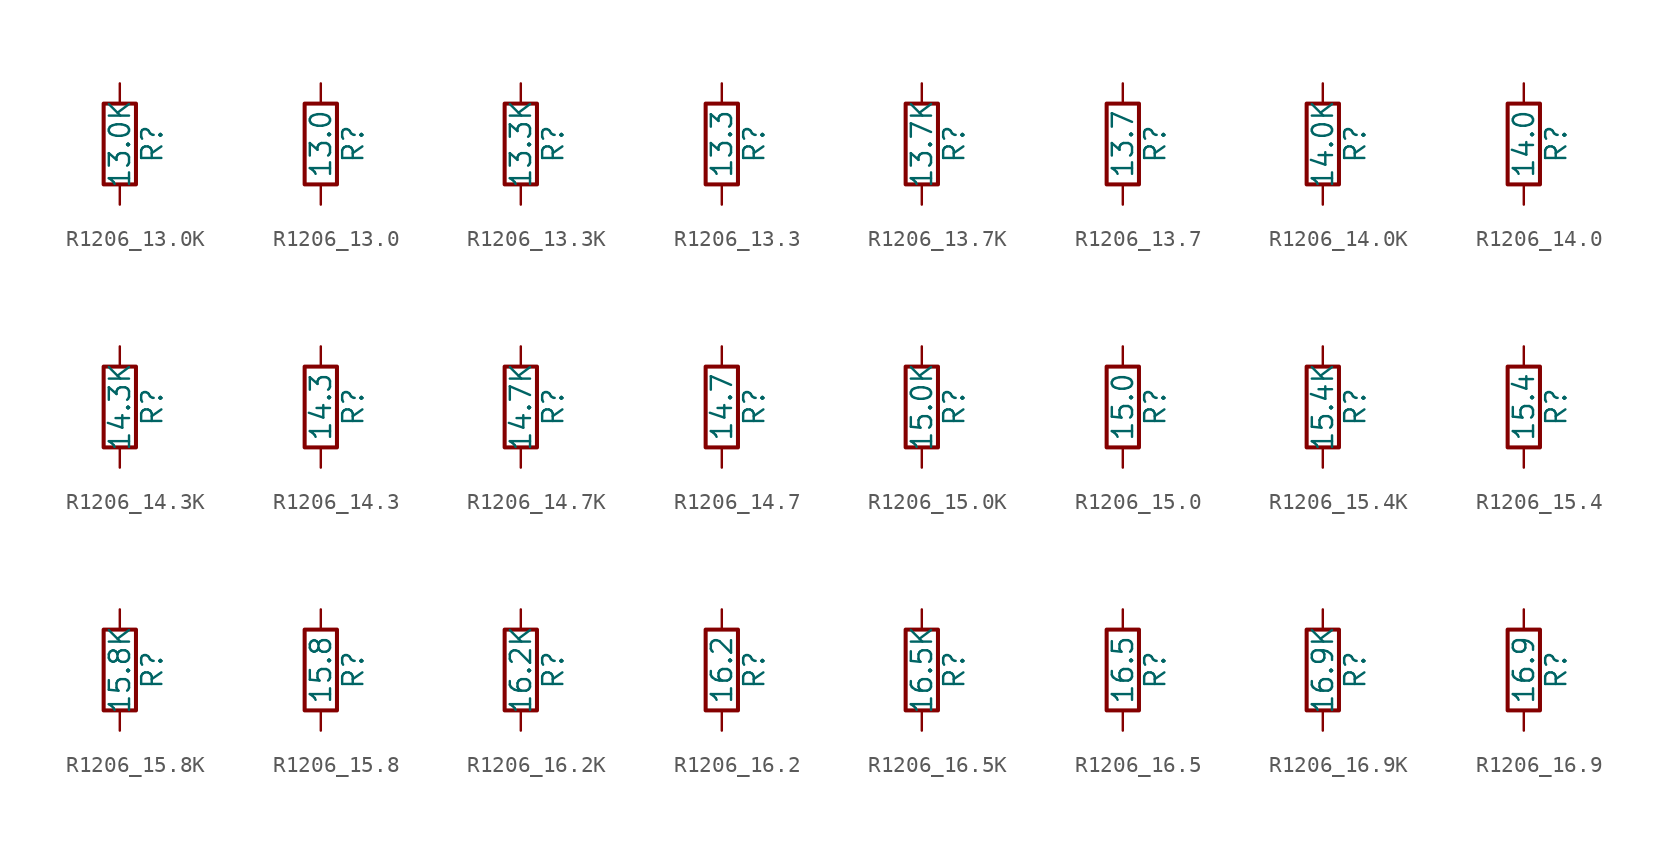
<source format=kicad_sym>
(kicad_symbol_lib
  (version 20211014)
  (generator atlantix-eda)
  (symbol "R1206_13.0K"
    (pin_numbers hide)
    (pin_names
      (offset 0))
    (property "Reference" "R"
      (at 2.032 0 90)
      (effects (font (size 1.27 1.27))))
    (property "Value" "13.0K"
      (at 0 0 90)
      (effects (font (size 1.27 1.27))))
    (symbol "R1206_13.0K_0_1"
      (rectangle (start -1.016 -2.54) (end 1.016 2.54) (stroke (width 0.254) (type default) (color 0 0 0 0)) (fill (type none))))
    (symbol "R1206_13.0K_1_1"
      (pin passive line (at 0 3.81 270) (length 1.27) (name "~" (effects (font (size 1.27 1.27)))) (number "1" (effects (font (size 1.27 1.27)))))
      (pin passive line (at 0 -3.81 90) (length 1.27) (name "~" (effects (font (size 1.27 1.27)))) (number "2" (effects (font (size 1.27 1.27)))))))
  (symbol "R1206_13.0"
    (pin_numbers hide)
    (pin_names
      (offset 0))
    (property "Reference" "R"
      (at 2.032 0 90)
      (effects (font (size 1.27 1.27))))
    (property "Value" "13.0"
      (at 0 0 90)
      (effects (font (size 1.27 1.27))))
    (symbol "R1206_13.0_0_1"
      (rectangle (start -1.016 -2.54) (end 1.016 2.54) (stroke (width 0.254) (type default) (color 0 0 0 0)) (fill (type none))))
    (symbol "R1206_13.0_1_1"
      (pin passive line (at 0 3.81 270) (length 1.27) (name "~" (effects (font (size 1.27 1.27)))) (number "1" (effects (font (size 1.27 1.27)))))
      (pin passive line (at 0 -3.81 90) (length 1.27) (name "~" (effects (font (size 1.27 1.27)))) (number "2" (effects (font (size 1.27 1.27)))))))
  (symbol "R1206_13.3K"
    (pin_numbers hide)
    (pin_names
      (offset 0))
    (property "Reference" "R"
      (at 2.032 0 90)
      (effects (font (size 1.27 1.27))))
    (property "Value" "13.3K"
      (at 0 0 90)
      (effects (font (size 1.27 1.27))))
    (symbol "R1206_13.3K_0_1"
      (rectangle (start -1.016 -2.54) (end 1.016 2.54) (stroke (width 0.254) (type default) (color 0 0 0 0)) (fill (type none))))
    (symbol "R1206_13.3K_1_1"
      (pin passive line (at 0 3.81 270) (length 1.27) (name "~" (effects (font (size 1.27 1.27)))) (number "1" (effects (font (size 1.27 1.27)))))
      (pin passive line (at 0 -3.81 90) (length 1.27) (name "~" (effects (font (size 1.27 1.27)))) (number "2" (effects (font (size 1.27 1.27)))))))
  (symbol "R1206_13.3"
    (pin_numbers hide)
    (pin_names
      (offset 0))
    (property "Reference" "R"
      (at 2.032 0 90)
      (effects (font (size 1.27 1.27))))
    (property "Value" "13.3"
      (at 0 0 90)
      (effects (font (size 1.27 1.27))))
    (symbol "R1206_13.3_0_1"
      (rectangle (start -1.016 -2.54) (end 1.016 2.54) (stroke (width 0.254) (type default) (color 0 0 0 0)) (fill (type none))))
    (symbol "R1206_13.3_1_1"
      (pin passive line (at 0 3.81 270) (length 1.27) (name "~" (effects (font (size 1.27 1.27)))) (number "1" (effects (font (size 1.27 1.27)))))
      (pin passive line (at 0 -3.81 90) (length 1.27) (name "~" (effects (font (size 1.27 1.27)))) (number "2" (effects (font (size 1.27 1.27)))))))
  (symbol "R1206_13.7K"
    (pin_numbers hide)
    (pin_names
      (offset 0))
    (property "Reference" "R"
      (at 2.032 0 90)
      (effects (font (size 1.27 1.27))))
    (property "Value" "13.7K"
      (at 0 0 90)
      (effects (font (size 1.27 1.27))))
    (symbol "R1206_13.7K_0_1"
      (rectangle (start -1.016 -2.54) (end 1.016 2.54) (stroke (width 0.254) (type default) (color 0 0 0 0)) (fill (type none))))
    (symbol "R1206_13.7K_1_1"
      (pin passive line (at 0 3.81 270) (length 1.27) (name "~" (effects (font (size 1.27 1.27)))) (number "1" (effects (font (size 1.27 1.27)))))
      (pin passive line (at 0 -3.81 90) (length 1.27) (name "~" (effects (font (size 1.27 1.27)))) (number "2" (effects (font (size 1.27 1.27)))))))
  (symbol "R1206_13.7"
    (pin_numbers hide)
    (pin_names
      (offset 0))
    (property "Reference" "R"
      (at 2.032 0 90)
      (effects (font (size 1.27 1.27))))
    (property "Value" "13.7"
      (at 0 0 90)
      (effects (font (size 1.27 1.27))))
    (symbol "R1206_13.7_0_1"
      (rectangle (start -1.016 -2.54) (end 1.016 2.54) (stroke (width 0.254) (type default) (color 0 0 0 0)) (fill (type none))))
    (symbol "R1206_13.7_1_1"
      (pin passive line (at 0 3.81 270) (length 1.27) (name "~" (effects (font (size 1.27 1.27)))) (number "1" (effects (font (size 1.27 1.27)))))
      (pin passive line (at 0 -3.81 90) (length 1.27) (name "~" (effects (font (size 1.27 1.27)))) (number "2" (effects (font (size 1.27 1.27)))))))
  (symbol "R1206_14.0K"
    (pin_numbers hide)
    (pin_names
      (offset 0))
    (property "Reference" "R"
      (at 2.032 0 90)
      (effects (font (size 1.27 1.27))))
    (property "Value" "14.0K"
      (at 0 0 90)
      (effects (font (size 1.27 1.27))))
    (symbol "R1206_14.0K_0_1"
      (rectangle (start -1.016 -2.54) (end 1.016 2.54) (stroke (width 0.254) (type default) (color 0 0 0 0)) (fill (type none))))
    (symbol "R1206_14.0K_1_1"
      (pin passive line (at 0 3.81 270) (length 1.27) (name "~" (effects (font (size 1.27 1.27)))) (number "1" (effects (font (size 1.27 1.27)))))
      (pin passive line (at 0 -3.81 90) (length 1.27) (name "~" (effects (font (size 1.27 1.27)))) (number "2" (effects (font (size 1.27 1.27)))))))
  (symbol "R1206_14.0"
    (pin_numbers hide)
    (pin_names
      (offset 0))
    (property "Reference" "R"
      (at 2.032 0 90)
      (effects (font (size 1.27 1.27))))
    (property "Value" "14.0"
      (at 0 0 90)
      (effects (font (size 1.27 1.27))))
    (symbol "R1206_14.0_0_1"
      (rectangle (start -1.016 -2.54) (end 1.016 2.54) (stroke (width 0.254) (type default) (color 0 0 0 0)) (fill (type none))))
    (symbol "R1206_14.0_1_1"
      (pin passive line (at 0 3.81 270) (length 1.27) (name "~" (effects (font (size 1.27 1.27)))) (number "1" (effects (font (size 1.27 1.27)))))
      (pin passive line (at 0 -3.81 90) (length 1.27) (name "~" (effects (font (size 1.27 1.27)))) (number "2" (effects (font (size 1.27 1.27)))))))
  (symbol "R1206_14.3K"
    (pin_numbers hide)
    (pin_names
      (offset 0))
    (property "Reference" "R"
      (at 2.032 0 90)
      (effects (font (size 1.27 1.27))))
    (property "Value" "14.3K"
      (at 0 0 90)
      (effects (font (size 1.27 1.27))))
    (symbol "R1206_14.3K_0_1"
      (rectangle (start -1.016 -2.54) (end 1.016 2.54) (stroke (width 0.254) (type default) (color 0 0 0 0)) (fill (type none))))
    (symbol "R1206_14.3K_1_1"
      (pin passive line (at 0 3.81 270) (length 1.27) (name "~" (effects (font (size 1.27 1.27)))) (number "1" (effects (font (size 1.27 1.27)))))
      (pin passive line (at 0 -3.81 90) (length 1.27) (name "~" (effects (font (size 1.27 1.27)))) (number "2" (effects (font (size 1.27 1.27)))))))
  (symbol "R1206_14.3"
    (pin_numbers hide)
    (pin_names
      (offset 0))
    (property "Reference" "R"
      (at 2.032 0 90)
      (effects (font (size 1.27 1.27))))
    (property "Value" "14.3"
      (at 0 0 90)
      (effects (font (size 1.27 1.27))))
    (symbol "R1206_14.3_0_1"
      (rectangle (start -1.016 -2.54) (end 1.016 2.54) (stroke (width 0.254) (type default) (color 0 0 0 0)) (fill (type none))))
    (symbol "R1206_14.3_1_1"
      (pin passive line (at 0 3.81 270) (length 1.27) (name "~" (effects (font (size 1.27 1.27)))) (number "1" (effects (font (size 1.27 1.27)))))
      (pin passive line (at 0 -3.81 90) (length 1.27) (name "~" (effects (font (size 1.27 1.27)))) (number "2" (effects (font (size 1.27 1.27)))))))
  (symbol "R1206_14.7K"
    (pin_numbers hide)
    (pin_names
      (offset 0))
    (property "Reference" "R"
      (at 2.032 0 90)
      (effects (font (size 1.27 1.27))))
    (property "Value" "14.7K"
      (at 0 0 90)
      (effects (font (size 1.27 1.27))))
    (symbol "R1206_14.7K_0_1"
      (rectangle (start -1.016 -2.54) (end 1.016 2.54) (stroke (width 0.254) (type default) (color 0 0 0 0)) (fill (type none))))
    (symbol "R1206_14.7K_1_1"
      (pin passive line (at 0 3.81 270) (length 1.27) (name "~" (effects (font (size 1.27 1.27)))) (number "1" (effects (font (size 1.27 1.27)))))
      (pin passive line (at 0 -3.81 90) (length 1.27) (name "~" (effects (font (size 1.27 1.27)))) (number "2" (effects (font (size 1.27 1.27)))))))
  (symbol "R1206_14.7"
    (pin_numbers hide)
    (pin_names
      (offset 0))
    (property "Reference" "R"
      (at 2.032 0 90)
      (effects (font (size 1.27 1.27))))
    (property "Value" "14.7"
      (at 0 0 90)
      (effects (font (size 1.27 1.27))))
    (symbol "R1206_14.7_0_1"
      (rectangle (start -1.016 -2.54) (end 1.016 2.54) (stroke (width 0.254) (type default) (color 0 0 0 0)) (fill (type none))))
    (symbol "R1206_14.7_1_1"
      (pin passive line (at 0 3.81 270) (length 1.27) (name "~" (effects (font (size 1.27 1.27)))) (number "1" (effects (font (size 1.27 1.27)))))
      (pin passive line (at 0 -3.81 90) (length 1.27) (name "~" (effects (font (size 1.27 1.27)))) (number "2" (effects (font (size 1.27 1.27)))))))
  (symbol "R1206_15.0K"
    (pin_numbers hide)
    (pin_names
      (offset 0))
    (property "Reference" "R"
      (at 2.032 0 90)
      (effects (font (size 1.27 1.27))))
    (property "Value" "15.0K"
      (at 0 0 90)
      (effects (font (size 1.27 1.27))))
    (symbol "R1206_15.0K_0_1"
      (rectangle (start -1.016 -2.54) (end 1.016 2.54) (stroke (width 0.254) (type default) (color 0 0 0 0)) (fill (type none))))
    (symbol "R1206_15.0K_1_1"
      (pin passive line (at 0 3.81 270) (length 1.27) (name "~" (effects (font (size 1.27 1.27)))) (number "1" (effects (font (size 1.27 1.27)))))
      (pin passive line (at 0 -3.81 90) (length 1.27) (name "~" (effects (font (size 1.27 1.27)))) (number "2" (effects (font (size 1.27 1.27)))))))
  (symbol "R1206_15.0"
    (pin_numbers hide)
    (pin_names
      (offset 0))
    (property "Reference" "R"
      (at 2.032 0 90)
      (effects (font (size 1.27 1.27))))
    (property "Value" "15.0"
      (at 0 0 90)
      (effects (font (size 1.27 1.27))))
    (symbol "R1206_15.0_0_1"
      (rectangle (start -1.016 -2.54) (end 1.016 2.54) (stroke (width 0.254) (type default) (color 0 0 0 0)) (fill (type none))))
    (symbol "R1206_15.0_1_1"
      (pin passive line (at 0 3.81 270) (length 1.27) (name "~" (effects (font (size 1.27 1.27)))) (number "1" (effects (font (size 1.27 1.27)))))
      (pin passive line (at 0 -3.81 90) (length 1.27) (name "~" (effects (font (size 1.27 1.27)))) (number "2" (effects (font (size 1.27 1.27)))))))
  (symbol "R1206_15.4K"
    (pin_numbers hide)
    (pin_names
      (offset 0))
    (property "Reference" "R"
      (at 2.032 0 90)
      (effects (font (size 1.27 1.27))))
    (property "Value" "15.4K"
      (at 0 0 90)
      (effects (font (size 1.27 1.27))))
    (symbol "R1206_15.4K_0_1"
      (rectangle (start -1.016 -2.54) (end 1.016 2.54) (stroke (width 0.254) (type default) (color 0 0 0 0)) (fill (type none))))
    (symbol "R1206_15.4K_1_1"
      (pin passive line (at 0 3.81 270) (length 1.27) (name "~" (effects (font (size 1.27 1.27)))) (number "1" (effects (font (size 1.27 1.27)))))
      (pin passive line (at 0 -3.81 90) (length 1.27) (name "~" (effects (font (size 1.27 1.27)))) (number "2" (effects (font (size 1.27 1.27)))))))
  (symbol "R1206_15.4"
    (pin_numbers hide)
    (pin_names
      (offset 0))
    (property "Reference" "R"
      (at 2.032 0 90)
      (effects (font (size 1.27 1.27))))
    (property "Value" "15.4"
      (at 0 0 90)
      (effects (font (size 1.27 1.27))))
    (symbol "R1206_15.4_0_1"
      (rectangle (start -1.016 -2.54) (end 1.016 2.54) (stroke (width 0.254) (type default) (color 0 0 0 0)) (fill (type none))))
    (symbol "R1206_15.4_1_1"
      (pin passive line (at 0 3.81 270) (length 1.27) (name "~" (effects (font (size 1.27 1.27)))) (number "1" (effects (font (size 1.27 1.27)))))
      (pin passive line (at 0 -3.81 90) (length 1.27) (name "~" (effects (font (size 1.27 1.27)))) (number "2" (effects (font (size 1.27 1.27)))))))
  (symbol "R1206_15.8K"
    (pin_numbers hide)
    (pin_names
      (offset 0))
    (property "Reference" "R"
      (at 2.032 0 90)
      (effects (font (size 1.27 1.27))))
    (property "Value" "15.8K"
      (at 0 0 90)
      (effects (font (size 1.27 1.27))))
    (symbol "R1206_15.8K_0_1"
      (rectangle (start -1.016 -2.54) (end 1.016 2.54) (stroke (width 0.254) (type default) (color 0 0 0 0)) (fill (type none))))
    (symbol "R1206_15.8K_1_1"
      (pin passive line (at 0 3.81 270) (length 1.27) (name "~" (effects (font (size 1.27 1.27)))) (number "1" (effects (font (size 1.27 1.27)))))
      (pin passive line (at 0 -3.81 90) (length 1.27) (name "~" (effects (font (size 1.27 1.27)))) (number "2" (effects (font (size 1.27 1.27)))))))
  (symbol "R1206_15.8"
    (pin_numbers hide)
    (pin_names
      (offset 0))
    (property "Reference" "R"
      (at 2.032 0 90)
      (effects (font (size 1.27 1.27))))
    (property "Value" "15.8"
      (at 0 0 90)
      (effects (font (size 1.27 1.27))))
    (symbol "R1206_15.8_0_1"
      (rectangle (start -1.016 -2.54) (end 1.016 2.54) (stroke (width 0.254) (type default) (color 0 0 0 0)) (fill (type none))))
    (symbol "R1206_15.8_1_1"
      (pin passive line (at 0 3.81 270) (length 1.27) (name "~" (effects (font (size 1.27 1.27)))) (number "1" (effects (font (size 1.27 1.27)))))
      (pin passive line (at 0 -3.81 90) (length 1.27) (name "~" (effects (font (size 1.27 1.27)))) (number "2" (effects (font (size 1.27 1.27)))))))
  (symbol "R1206_16.2K"
    (pin_numbers hide)
    (pin_names
      (offset 0))
    (property "Reference" "R"
      (at 2.032 0 90)
      (effects (font (size 1.27 1.27))))
    (property "Value" "16.2K"
      (at 0 0 90)
      (effects (font (size 1.27 1.27))))
    (symbol "R1206_16.2K_0_1"
      (rectangle (start -1.016 -2.54) (end 1.016 2.54) (stroke (width 0.254) (type default) (color 0 0 0 0)) (fill (type none))))
    (symbol "R1206_16.2K_1_1"
      (pin passive line (at 0 3.81 270) (length 1.27) (name "~" (effects (font (size 1.27 1.27)))) (number "1" (effects (font (size 1.27 1.27)))))
      (pin passive line (at 0 -3.81 90) (length 1.27) (name "~" (effects (font (size 1.27 1.27)))) (number "2" (effects (font (size 1.27 1.27)))))))
  (symbol "R1206_16.2"
    (pin_numbers hide)
    (pin_names
      (offset 0))
    (property "Reference" "R"
      (at 2.032 0 90)
      (effects (font (size 1.27 1.27))))
    (property "Value" "16.2"
      (at 0 0 90)
      (effects (font (size 1.27 1.27))))
    (symbol "R1206_16.2_0_1"
      (rectangle (start -1.016 -2.54) (end 1.016 2.54) (stroke (width 0.254) (type default) (color 0 0 0 0)) (fill (type none))))
    (symbol "R1206_16.2_1_1"
      (pin passive line (at 0 3.81 270) (length 1.27) (name "~" (effects (font (size 1.27 1.27)))) (number "1" (effects (font (size 1.27 1.27)))))
      (pin passive line (at 0 -3.81 90) (length 1.27) (name "~" (effects (font (size 1.27 1.27)))) (number "2" (effects (font (size 1.27 1.27)))))))
  (symbol "R1206_16.5K"
    (pin_numbers hide)
    (pin_names
      (offset 0))
    (property "Reference" "R"
      (at 2.032 0 90)
      (effects (font (size 1.27 1.27))))
    (property "Value" "16.5K"
      (at 0 0 90)
      (effects (font (size 1.27 1.27))))
    (symbol "R1206_16.5K_0_1"
      (rectangle (start -1.016 -2.54) (end 1.016 2.54) (stroke (width 0.254) (type default) (color 0 0 0 0)) (fill (type none))))
    (symbol "R1206_16.5K_1_1"
      (pin passive line (at 0 3.81 270) (length 1.27) (name "~" (effects (font (size 1.27 1.27)))) (number "1" (effects (font (size 1.27 1.27)))))
      (pin passive line (at 0 -3.81 90) (length 1.27) (name "~" (effects (font (size 1.27 1.27)))) (number "2" (effects (font (size 1.27 1.27)))))))
  (symbol "R1206_16.5"
    (pin_numbers hide)
    (pin_names
      (offset 0))
    (property "Reference" "R"
      (at 2.032 0 90)
      (effects (font (size 1.27 1.27))))
    (property "Value" "16.5"
      (at 0 0 90)
      (effects (font (size 1.27 1.27))))
    (symbol "R1206_16.5_0_1"
      (rectangle (start -1.016 -2.54) (end 1.016 2.54) (stroke (width 0.254) (type default) (color 0 0 0 0)) (fill (type none))))
    (symbol "R1206_16.5_1_1"
      (pin passive line (at 0 3.81 270) (length 1.27) (name "~" (effects (font (size 1.27 1.27)))) (number "1" (effects (font (size 1.27 1.27)))))
      (pin passive line (at 0 -3.81 90) (length 1.27) (name "~" (effects (font (size 1.27 1.27)))) (number "2" (effects (font (size 1.27 1.27)))))))
  (symbol "R1206_16.9K"
    (pin_numbers hide)
    (pin_names
      (offset 0))
    (property "Reference" "R"
      (at 2.032 0 90)
      (effects (font (size 1.27 1.27))))
    (property "Value" "16.9K"
      (at 0 0 90)
      (effects (font (size 1.27 1.27))))
    (symbol "R1206_16.9K_0_1"
      (rectangle (start -1.016 -2.54) (end 1.016 2.54) (stroke (width 0.254) (type default) (color 0 0 0 0)) (fill (type none))))
    (symbol "R1206_16.9K_1_1"
      (pin passive line (at 0 3.81 270) (length 1.27) (name "~" (effects (font (size 1.27 1.27)))) (number "1" (effects (font (size 1.27 1.27)))))
      (pin passive line (at 0 -3.81 90) (length 1.27) (name "~" (effects (font (size 1.27 1.27)))) (number "2" (effects (font (size 1.27 1.27)))))))
  (symbol "R1206_16.9"
    (pin_numbers hide)
    (pin_names
      (offset 0))
    (property "Reference" "R"
      (at 2.032 0 90)
      (effects (font (size 1.27 1.27))))
    (property "Value" "16.9"
      (at 0 0 90)
      (effects (font (size 1.27 1.27))))
    (symbol "R1206_16.9_0_1"
      (rectangle (start -1.016 -2.54) (end 1.016 2.54) (stroke (width 0.254) (type default) (color 0 0 0 0)) (fill (type none))))
    (symbol "R1206_16.9_1_1"
      (pin passive line (at 0 3.81 270) (length 1.27) (name "~" (effects (font (size 1.27 1.27)))) (number "1" (effects (font (size 1.27 1.27)))))
      (pin passive line (at 0 -3.81 90) (length 1.27) (name "~" (effects (font (size 1.27 1.27)))) (number "2" (effects (font (size 1.27 1.27))))))))
</source>
